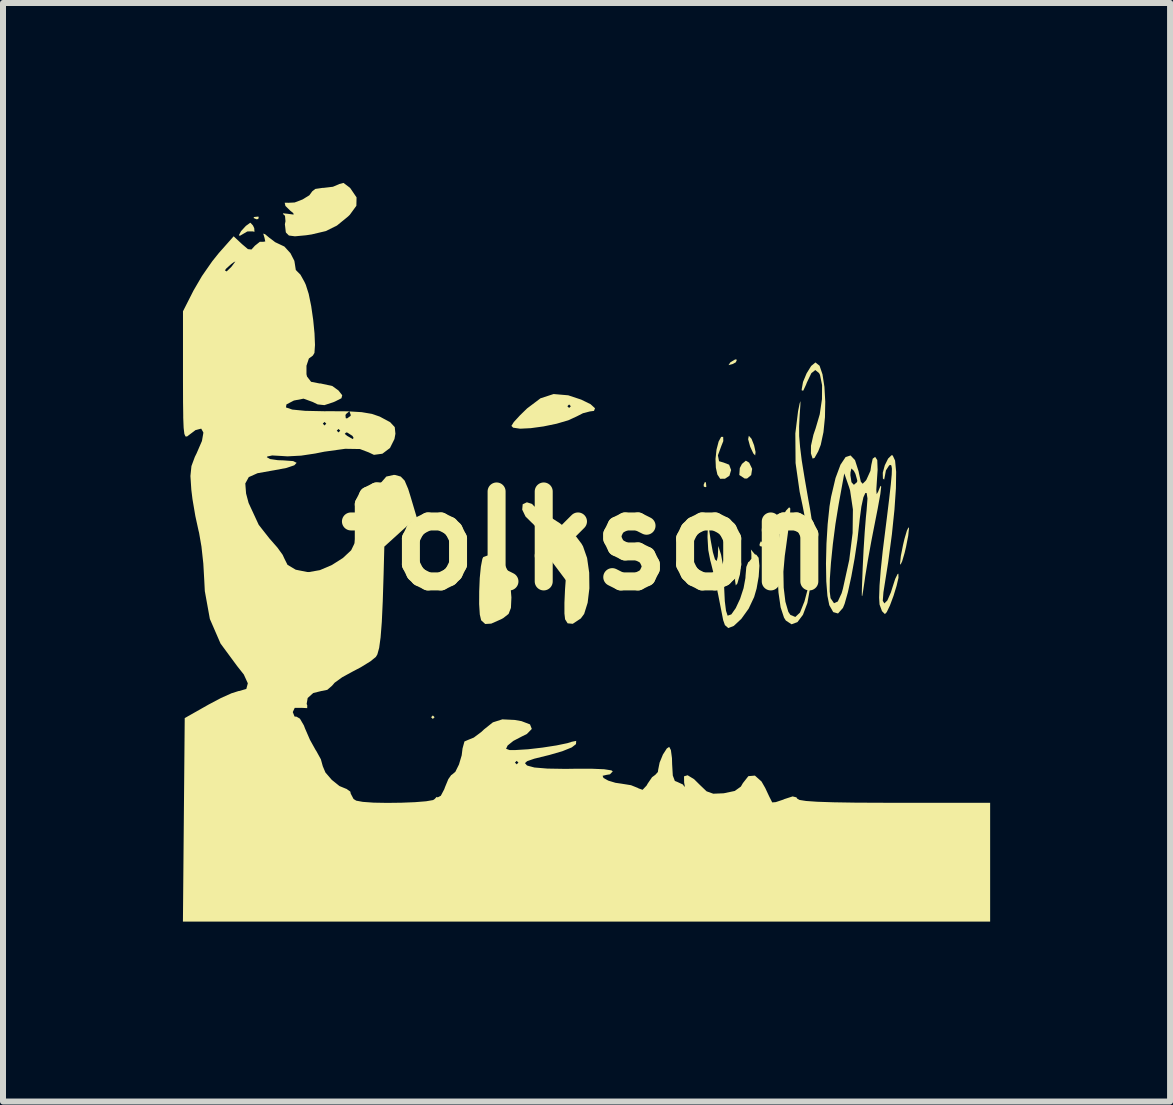
<source format=kicad_pcb>
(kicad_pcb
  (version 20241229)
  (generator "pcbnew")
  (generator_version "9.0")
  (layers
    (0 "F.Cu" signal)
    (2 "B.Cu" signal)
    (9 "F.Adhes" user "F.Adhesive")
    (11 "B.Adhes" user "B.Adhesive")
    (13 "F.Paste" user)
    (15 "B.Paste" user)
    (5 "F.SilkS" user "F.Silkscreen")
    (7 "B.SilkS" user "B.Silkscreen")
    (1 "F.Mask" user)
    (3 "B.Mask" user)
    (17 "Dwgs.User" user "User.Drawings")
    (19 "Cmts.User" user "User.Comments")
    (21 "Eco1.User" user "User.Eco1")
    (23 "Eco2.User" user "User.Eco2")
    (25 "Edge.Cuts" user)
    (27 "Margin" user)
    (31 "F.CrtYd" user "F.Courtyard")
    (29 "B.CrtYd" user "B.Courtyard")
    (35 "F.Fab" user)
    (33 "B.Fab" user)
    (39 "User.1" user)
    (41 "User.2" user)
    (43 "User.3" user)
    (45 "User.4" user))
  (footprint "folkson"
    (layer "F.Cu")
    (at 6.73 5.966)
    (property "Reference" "folkson" (at 0 0 0) (layer "F.SilkS") (effects (font (size 1.5 1.5) (thickness 0.3))))
    (attr board_only exclude_from_pos_files exclude_from_bom)
    (fp_poly (pts (xy -2.534 2.942) (xy -2.563 2.971) (xy -2.592 2.942) (xy -2.563 2.913)) (stroke (width 0) (type solid)) (fill yes) (layer "F.SilkS"))
    (fp_poly (pts (xy -5.466 -5.398) (xy -5.474 -5.364) (xy -5.505 -5.36) (xy -5.553 -5.381) (xy -5.544 -5.398) (xy -5.475 -5.405)) (stroke (width 0) (type solid)) (fill yes) (layer "F.SilkS"))
    (fp_poly (pts (xy 1.99 -0.971) (xy 1.997 -0.902) (xy 1.99 -0.893) (xy 1.956 -0.901) (xy 1.952 -0.932) (xy 1.973 -0.98)) (stroke (width 0) (type solid)) (fill yes) (layer "F.SilkS"))
    (fp_poly (pts (xy 2.923 0.019) (xy 2.93 0.089) (xy 2.923 0.097) (xy 2.888 0.089) (xy 2.884 0.058) (xy 2.905 0.01)) (stroke (width 0) (type solid)) (fill yes) (layer "F.SilkS"))
    (fp_poly (pts (xy 2.507 -3.018) (xy 2.489 -2.975) (xy 2.435 -2.946) (xy 2.367 -2.928) (xy 2.395 -2.971) (xy 2.402 -2.978) (xy 2.479 -3.024)) (stroke (width 0) (type solid)) (fill yes) (layer "F.SilkS"))
    (fp_poly (pts (xy 2.572 0.45) (xy 2.557 0.563) (xy 2.515 0.712) (xy 2.488 0.745) (xy 2.476 0.664) (xy 2.476 0.625) (xy 2.497 0.497) (xy 2.537 0.435)) (stroke (width 0) (type solid)) (fill yes) (layer "F.SilkS"))
    (fp_poly (pts (xy 2.711 -1.302) (xy 2.761 -1.199) (xy 2.745 -1.095) (xy 2.676 -1.037) (xy 2.636 -1.037) (xy 2.547 -1.096) (xy 2.555 -1.212) (xy 2.591 -1.281) (xy 2.656 -1.335)) (stroke (width 0) (type solid)) (fill yes) (layer "F.SilkS"))
    (fp_poly (pts (xy 2.751 -1.699) (xy 2.793 -1.592) (xy 2.818 -1.48) (xy 2.811 -1.423) (xy 2.78 -1.456) (xy 2.73 -1.564) (xy 2.726 -1.575) (xy 2.694 -1.693) (xy 2.705 -1.747) (xy 2.708 -1.748)) (stroke (width 0) (type solid)) (fill yes) (layer "F.SilkS"))
    (fp_poly (pts (xy -5.562 -5.256) (xy -5.541 -5.211) (xy -5.537 -5.151) (xy -5.567 -5.158) (xy -5.656 -5.157) (xy -5.712 -5.124) (xy -5.781 -5.084) (xy -5.797 -5.095) (xy -5.76 -5.163) (xy -5.681 -5.249) (xy -5.611 -5.3) (xy -5.603 -5.301)) (stroke (width 0) (type solid)) (fill yes) (layer "F.SilkS"))
    (fp_poly (pts (xy 5.376 -0.204) (xy 5.363 -0.081) (xy 5.327 0.102) (xy 5.303 0.204) (xy 5.262 0.343) (xy 5.234 0.401) (xy 5.227 0.379) (xy 5.24 0.255) (xy 5.276 0.073) (xy 5.3 -0.029) (xy 5.341 -0.169) (xy 5.369 -0.226)) (stroke (width 0) (type solid)) (fill yes) (layer "F.SilkS"))
    (fp_poly (pts (xy 2.278 -1.732) (xy 2.28 -1.662) (xy 2.248 -1.582) (xy 2.19 -1.424) (xy 2.209 -1.326) (xy 2.287 -1.303) (xy 2.377 -1.268) (xy 2.41 -1.179) (xy 2.382 -1.083) (xy 2.308 -1.034) (xy 2.228 -1.033) (xy 2.181 -1.104) (xy 2.156 -1.218) (xy 2.15 -1.363) (xy 2.167 -1.52) (xy 2.202 -1.654) (xy 2.244 -1.732)) (stroke (width 0) (type solid)) (fill yes) (layer "F.SilkS"))
    (fp_poly (pts (xy -1.513 0.293) (xy -1.406 0.421) (xy -1.318 0.6) (xy -1.264 0.808) (xy -1.253 0.945) (xy -1.261 1.12) (xy -1.3 1.22) (xy -1.389 1.29) (xy -1.424 1.309) (xy -1.589 1.382) (xy -1.69 1.388) (xy -1.756 1.328) (xy -1.758 1.325) (xy -1.78 1.23) (xy -1.791 1.057) (xy -1.79 0.843) (xy -1.781 0.622) (xy -1.762 0.43) (xy -1.737 0.301) (xy -1.722 0.272) (xy -1.623 0.236)) (stroke (width 0) (type solid)) (fill yes) (layer "F.SilkS"))
    (fp_poly (pts (xy -0.306 -2.425) (xy -0.089 -2.353) (xy 0.066 -2.277) (xy 0.141 -2.209) (xy 0.124 -2.165) (xy 0.056 -2.156) (xy -0.06 -2.126) (xy -0.162 -2.074) (xy -0.305 -2.008) (xy -0.5 -1.951) (xy -0.718 -1.906) (xy -0.93 -1.877) (xy -1.108 -1.868) (xy -1.224 -1.885) (xy -1.253 -1.915) (xy -1.213 -1.979) (xy -1.109 -2.092) (xy -0.992 -2.206) (xy -0.943 -2.243) (xy -0.32 -2.243) (xy -0.291 -2.214) (xy -0.262 -2.243) (xy -0.291 -2.272) (xy -0.32 -2.243) (xy -0.943 -2.243) (xy -0.768 -2.375) (xy -0.55 -2.446)) (stroke (width 0) (type solid)) (fill yes) (layer "F.SilkS"))
    (fp_poly (pts (xy 3.565 -2.264) (xy 3.553 -2.09) (xy 3.552 -2.068) (xy 3.544 -1.907) (xy 3.545 -1.745) (xy 3.56 -1.563) (xy 3.588 -1.338) (xy 3.635 -1.048) (xy 3.7 -0.672) (xy 3.725 -0.537) (xy 3.767 -0.271) (xy 3.795 -0.023) (xy 3.806 0.168) (xy 3.805 0.22) (xy 3.793 0.311) (xy 3.777 0.315) (xy 3.753 0.224) (xy 3.717 0.027) (xy 3.712 0) (xy 3.66 -0.285) (xy 3.601 -0.589) (xy 3.553 -0.816) (xy 3.485 -1.295) (xy 3.481 -1.789) (xy 3.526 -2.156) (xy 3.553 -2.29) (xy 3.566 -2.328)) (stroke (width 0) (type solid)) (fill yes) (layer "F.SilkS"))
    (fp_poly (pts (xy 3.397 -0.538) (xy 3.392 -0.427) (xy 3.384 -0.35) (xy 3.358 -0.136) (xy 3.324 0.118) (xy 3.305 0.252) (xy 3.282 0.517) (xy 3.287 0.783) (xy 3.315 1.016) (xy 3.364 1.185) (xy 3.398 1.236) (xy 3.481 1.271) (xy 3.559 1.197) (xy 3.633 1.012) (xy 3.681 0.832) (xy 3.758 0.495) (xy 3.729 0.778) (xy 3.682 1.038) (xy 3.608 1.235) (xy 3.516 1.357) (xy 3.418 1.393) (xy 3.323 1.331) (xy 3.292 1.282) (xy 3.236 1.111) (xy 3.2 0.864) (xy 3.184 0.571) (xy 3.186 0.262) (xy 3.207 -0.034) (xy 3.246 -0.285) (xy 3.301 -0.462) (xy 3.327 -0.504) (xy 3.378 -0.558)) (stroke (width 0) (type solid)) (fill yes) (layer "F.SilkS"))
    (fp_poly (pts (xy 3.885 -2.918) (xy 3.934 -2.774) (xy 3.966 -2.566) (xy 3.98 -2.32) (xy 3.975 -2.059) (xy 3.95 -1.811) (xy 3.905 -1.6) (xy 3.862 -1.489) (xy 3.801 -1.381) (xy 3.769 -1.37) (xy 3.743 -1.449) (xy 3.741 -1.456) (xy 3.742 -1.585) (xy 3.783 -1.768) (xy 3.819 -1.873) (xy 3.888 -2.108) (xy 3.925 -2.361) (xy 3.927 -2.593) (xy 3.892 -2.765) (xy 3.876 -2.795) (xy 3.814 -2.846) (xy 3.748 -2.794) (xy 3.672 -2.635) (xy 3.66 -2.603) (xy 3.614 -2.504) (xy 3.589 -2.505) (xy 3.587 -2.523) (xy 3.609 -2.647) (xy 3.669 -2.791) (xy 3.745 -2.914) (xy 3.814 -2.971) (xy 3.819 -2.971)) (stroke (width 0) (type solid)) (fill yes) (layer "F.SilkS"))
    (fp_poly (pts (xy -3.949 -5.888) (xy -3.939 -5.878) (xy -3.835 -5.725) (xy -3.838 -5.585) (xy -3.948 -5.434) (xy -3.976 -5.407) (xy -4.162 -5.255) (xy -4.348 -5.163) (xy -4.585 -5.107) (xy -4.679 -5.093) (xy -4.862 -5.076) (xy -4.963 -5.089) (xy -5.011 -5.137) (xy -5.015 -5.148) (xy -5.03 -5.278) (xy -5.02 -5.327) (xy -5.028 -5.418) (xy -5.057 -5.444) (xy -5.062 -5.46) (xy -4.981 -5.451) (xy -4.884 -5.438) (xy -4.89 -5.463) (xy -4.937 -5.5) (xy -5.021 -5.582) (xy -5.033 -5.636) (xy -4.967 -5.635) (xy -4.966 -5.635) (xy -4.867 -5.64) (xy -4.736 -5.69) (xy -4.622 -5.76) (xy -4.573 -5.827) (xy -4.522 -5.866) (xy -4.398 -5.884) (xy -4.381 -5.884) (xy -4.229 -5.902) (xy -4.127 -5.945) (xy -4.126 -5.947) (xy -4.052 -5.966)) (stroke (width 0) (type solid)) (fill yes) (layer "F.SilkS"))
    (fp_poly (pts (xy -0.908 -0.613) (xy -0.893 -0.595) (xy -0.836 -0.542) (xy -0.708 -0.456) (xy -0.597 -0.389) (xy -0.444 -0.291) (xy -0.344 -0.208) (xy -0.32 -0.172) (xy -0.274 -0.121) (xy -0.246 -0.117) (xy -0.174 -0.07) (xy -0.085 0.048) (xy -0.059 0.093) (xy 0.009 0.288) (xy 0.044 0.533) (xy 0.047 0.794) (xy 0.018 1.034) (xy -0.04 1.22) (xy -0.096 1.296) (xy -0.23 1.385) (xy -0.316 1.377) (xy -0.358 1.31) (xy -0.369 1.213) (xy -0.369 1.035) (xy -0.359 0.812) (xy -0.342 0.579) (xy -0.318 0.371) (xy -0.311 0.32) (xy -0.32 0.236) (xy -0.406 0.195) (xy -0.477 0.186) (xy -0.615 0.151) (xy -0.683 0.06) (xy -0.7 -0.003) (xy -0.773 -0.154) (xy -0.9 -0.289) (xy -0.907 -0.294) (xy -1.018 -0.404) (xy -1.073 -0.519) (xy -1.065 -0.608) (xy -0.995 -0.641)) (stroke (width 0) (type solid)) (fill yes) (layer "F.SilkS"))
    (fp_poly (pts (xy 5.104 -1.423) (xy 5.144 -1.337) (xy 5.162 -1.149) (xy 5.158 -0.873) (xy 5.134 -0.521) (xy 5.091 -0.106) (xy 5.029 0.358) (xy 4.95 0.859) (xy 4.939 1.001) (xy 4.965 1.045) (xy 5.015 0.996) (xy 5.074 0.862) (xy 5.098 0.785) (xy 5.146 0.636) (xy 5.186 0.555) (xy 5.199 0.549) (xy 5.201 0.617) (xy 5.169 0.753) (xy 5.118 0.919) (xy 5.059 1.078) (xy 5.005 1.191) (xy 4.974 1.223) (xy 4.926 1.174) (xy 4.885 1.063) (xy 4.878 0.949) (xy 4.885 0.746) (xy 4.906 0.478) (xy 4.938 0.171) (xy 4.952 0.059) (xy 5.006 -0.373) (xy 5.046 -0.701) (xy 5.073 -0.941) (xy 5.088 -1.104) (xy 5.091 -1.203) (xy 5.083 -1.253) (xy 5.066 -1.265) (xy 5.046 -1.257) (xy 4.991 -1.172) (xy 4.976 -1.089) (xy 4.962 -1.019) (xy 4.941 -1.037) (xy 4.939 -1.134) (xy 4.973 -1.259) (xy 5.028 -1.37) (xy 5.085 -1.426)) (stroke (width 0) (type solid)) (fill yes) (layer "F.SilkS"))
    (fp_poly (pts (xy 2.045 -0.174) (xy 2.069 -0.011) (xy 2.106 0.191) (xy 2.141 0.31) (xy 2.17 0.338) (xy 2.188 0.264) (xy 2.19 0.228) (xy 2.196 0.087) (xy 2.243 0.233) (xy 2.267 0.364) (xy 2.286 0.568) (xy 2.295 0.798) (xy 2.305 1.007) (xy 2.325 1.168) (xy 2.351 1.247) (xy 2.354 1.249) (xy 2.414 1.228) (xy 2.487 1.124) (xy 2.56 0.968) (xy 2.618 0.79) (xy 2.649 0.622) (xy 2.651 0.581) (xy 2.664 0.436) (xy 2.697 0.355) (xy 2.71 0.35) (xy 2.748 0.301) (xy 2.748 0.218) (xy 2.74 0.145) (xy 2.751 0.16) (xy 2.808 0.228) (xy 2.83 0.233) (xy 2.869 0.284) (xy 2.882 0.417) (xy 2.87 0.598) (xy 2.835 0.798) (xy 2.794 0.939) (xy 2.703 1.132) (xy 2.581 1.302) (xy 2.455 1.42) (xy 2.363 1.456) (xy 2.307 1.407) (xy 2.278 1.325) (xy 2.195 0.902) (xy 2.128 0.588) (xy 2.076 0.377) (xy 2.062 0.326) (xy 2.029 0.154) (xy 2.017 -0.051) (xy 2.017 -0.082) (xy 2.022 -0.211) (xy 2.03 -0.244)) (stroke (width 0) (type solid)) (fill yes) (layer "F.SilkS"))
    (fp_poly (pts (xy 4.476 -1.344) (xy 4.536 -1.156) (xy 4.543 -1.12) (xy 4.573 -0.985) (xy 4.603 -0.95) (xy 4.652 -0.998) (xy 4.666 -1.017) (xy 4.733 -1.165) (xy 4.748 -1.264) (xy 4.771 -1.368) (xy 4.812 -1.398) (xy 4.847 -1.345) (xy 4.853 -1.183) (xy 4.843 -1.034) (xy 4.831 -0.849) (xy 4.837 -0.776) (xy 4.861 -0.816) (xy 4.901 -0.916) (xy 4.913 -0.903) (xy 4.898 -0.777) (xy 4.855 -0.539) (xy 4.807 -0.295) (xy 4.748 0.007) (xy 4.691 0.322) (xy 4.646 0.596) (xy 4.635 0.676) (xy 4.61 0.843) (xy 4.596 0.924) (xy 4.589 0.912) (xy 4.591 0.8) (xy 4.599 0.581) (xy 4.604 0.452) (xy 4.619 0.151) (xy 4.638 -0.147) (xy 4.658 -0.397) (xy 4.669 -0.503) (xy 4.684 -0.704) (xy 4.67 -0.795) (xy 4.649 -0.797) (xy 4.616 -0.725) (xy 4.582 -0.568) (xy 4.554 -0.357) (xy 4.549 -0.307) (xy 4.516 -0.014) (xy 4.469 0.298) (xy 4.414 0.599) (xy 4.357 0.86) (xy 4.303 1.051) (xy 4.275 1.12) (xy 4.193 1.213) (xy 4.113 1.19) (xy 4.047 1.074) (xy 4.016 0.919) (xy 4.01 0.844) (xy 4.054 0.844) (xy 4.068 0.957) (xy 4.126 1.042) (xy 4.189 1.013) (xy 4.253 0.875) (xy 4.274 0.801) (xy 4.38 0.319) (xy 4.436 -0.129) (xy 4.441 -0.522) (xy 4.394 -0.838) (xy 4.376 -0.897) (xy 4.308 -1.092) (xy 4.399 -1.092) (xy 4.417 -0.976) (xy 4.457 -0.932) (xy 4.51 -0.978) (xy 4.514 -1.005) (xy 4.483 -1.115) (xy 4.457 -1.165) (xy 4.416 -1.205) (xy 4.401 -1.143) (xy 4.399 -1.092) (xy 4.308 -1.092) (xy 4.297 -1.123) (xy 4.203 -0.605) (xy 4.15 -0.279) (xy 4.107 0.053) (xy 4.075 0.367) (xy 4.056 0.639) (xy 4.054 0.844) (xy 4.01 0.844) (xy 3.997 0.677) (xy 3.992 0.378) (xy 4 0.05) (xy 4.02 -0.277) (xy 4.051 -0.574) (xy 4.077 -0.731) (xy 4.151 -1.045) (xy 4.234 -1.268) (xy 4.319 -1.395) (xy 4.402 -1.422)) (stroke (width 0) (type solid)) (fill yes) (layer "F.SilkS"))
    (fp_poly (pts (xy -5.36 -5.111) (xy -5.292 -5.054) (xy -5.192 -4.978) (xy -5.137 -4.952) (xy -5.038 -4.905) (xy -4.937 -4.794) (xy -4.872 -4.667) (xy -4.864 -4.618) (xy -4.848 -4.515) (xy -4.82 -4.486) (xy -4.771 -4.437) (xy -4.704 -4.317) (xy -4.681 -4.267) (xy -4.633 -4.116) (xy -4.591 -3.912) (xy -4.558 -3.683) (xy -4.536 -3.458) (xy -4.528 -3.265) (xy -4.537 -3.132) (xy -4.563 -3.088) (xy -4.63 -3.038) (xy -4.67 -2.918) (xy -4.67 -2.777) (xy -4.661 -2.738) (xy -4.593 -2.65) (xy -4.45 -2.622) (xy -4.433 -2.622) (xy -4.24 -2.58) (xy -4.137 -2.506) (xy -4.074 -2.426) (xy -4.087 -2.376) (xy -4.191 -2.323) (xy -4.224 -2.309) (xy -4.371 -2.261) (xy -4.483 -2.273) (xy -4.567 -2.314) (xy -4.719 -2.369) (xy -4.878 -2.338) (xy -4.883 -2.336) (xy -5.004 -2.273) (xy -5.012 -2.223) (xy -4.907 -2.187) (xy -4.692 -2.166) (xy -4.367 -2.159) (xy -4.312 -2.16) (xy -3.986 -2.158) (xy -3.75 -2.144) (xy -3.579 -2.115) (xy -3.446 -2.069) (xy -3.441 -2.066) (xy -3.275 -1.977) (xy -3.198 -1.894) (xy -3.187 -1.784) (xy -3.203 -1.696) (xy -3.278 -1.546) (xy -3.404 -1.451) (xy -3.545 -1.432) (xy -3.634 -1.474) (xy -3.779 -1.529) (xy -4.024 -1.533) (xy -4.371 -1.485) (xy -4.526 -1.454) (xy -4.759 -1.419) (xy -4.987 -1.407) (xy -5.097 -1.414) (xy -5.242 -1.422) (xy -5.324 -1.404) (xy -5.331 -1.393) (xy -5.278 -1.362) (xy -5.146 -1.343) (xy -5.057 -1.34) (xy -4.892 -1.328) (xy -4.834 -1.299) (xy -4.873 -1.258) (xy -5.003 -1.214) (xy -5.215 -1.174) (xy -5.239 -1.17) (xy -5.486 -1.126) (xy -5.632 -1.061) (xy -5.69 -0.955) (xy -5.677 -0.788) (xy -5.635 -0.63) (xy -5.466 -0.265) (xy -5.287 -0.037) (xy -5.156 0.112) (xy -5.067 0.235) (xy -5.039 0.296) (xy -4.986 0.402) (xy -4.849 0.483) (xy -4.66 0.521) (xy -4.627 0.522) (xy -4.446 0.49) (xy -4.247 0.405) (xy -4.063 0.288) (xy -3.925 0.159) (xy -3.867 0.039) (xy -3.867 0.038) (xy -3.846 -0.187) (xy -3.807 -0.348) (xy -3.734 -0.495) (xy -3.687 -0.568) (xy -3.571 -0.747) (xy -3.463 -0.917) (xy -3.443 -0.95) (xy -3.339 -1.07) (xy -3.213 -1.098) (xy -3.189 -1.096) (xy -3.098 -1.07) (xy -3.033 -1.002) (xy -2.974 -0.863) (xy -2.934 -0.734) (xy -2.832 -0.391) (xy -3.102 -0.147) (xy -3.372 0.098) (xy -3.384 0.559) (xy -3.398 1.009) (xy -3.414 1.355) (xy -3.434 1.61) (xy -3.458 1.786) (xy -3.488 1.895) (xy -3.513 1.937) (xy -3.604 2.011) (xy -3.763 2.109) (xy -3.9 2.181) (xy -4.074 2.276) (xy -4.2 2.367) (xy -4.245 2.419) (xy -4.323 2.486) (xy -4.419 2.505) (xy -4.557 2.539) (xy -4.65 2.622) (xy -4.667 2.721) (xy -4.657 2.744) (xy -4.658 2.791) (xy -4.756 2.786) (xy -4.866 2.787) (xy -4.898 2.856) (xy -4.898 2.858) (xy -4.869 2.931) (xy -4.835 2.934) (xy -4.779 2.967) (xy -4.713 3.08) (xy -4.694 3.13) (xy -4.612 3.319) (xy -4.517 3.49) (xy -4.507 3.504) (xy -4.43 3.644) (xy -4.398 3.76) (xy -4.354 3.864) (xy -4.248 3.987) (xy -4.12 4.09) (xy -4.009 4.136) (xy -4.005 4.136) (xy -3.939 4.183) (xy -3.932 4.217) (xy -3.885 4.306) (xy -3.84 4.334) (xy -3.731 4.354) (xy -3.55 4.367) (xy -3.325 4.371) (xy -3.086 4.368) (xy -2.86 4.359) (xy -2.675 4.344) (xy -2.559 4.324) (xy -2.534 4.308) (xy -2.499 4.271) (xy -2.481 4.279) (xy -2.43 4.252) (xy -2.373 4.144) (xy -2.36 4.108) (xy -2.305 3.975) (xy -2.256 3.906) (xy -2.248 3.903) (xy -2.188 3.853) (xy -2.127 3.73) (xy -2.118 3.699) (xy -1.194 3.699) (xy -1.165 3.728) (xy -1.136 3.699) (xy -1.165 3.67) (xy -1.194 3.699) (xy -2.118 3.699) (xy -2.082 3.578) (xy -2.068 3.464) (xy -2.036 3.347) (xy -1.976 3.321) (xy -1.88 3.282) (xy -1.751 3.185) (xy -1.71 3.146) (xy -1.562 3.028) (xy -1.404 2.978) (xy -1.197 2.988) (xy -1.085 3.008) (xy -0.943 3.062) (xy -0.913 3.138) (xy -0.995 3.222) (xy -1.076 3.262) (xy -1.22 3.337) (xy -1.316 3.414) (xy -1.342 3.469) (xy -1.284 3.49) (xy -1.187 3.49) (xy -0.976 3.477) (xy -0.735 3.449) (xy -0.502 3.413) (xy -0.319 3.375) (xy -0.247 3.352) (xy -0.173 3.337) (xy -0.176 3.391) (xy -0.247 3.446) (xy -0.405 3.51) (xy -0.623 3.573) (xy -0.652 3.58) (xy -0.871 3.634) (xy -0.99 3.675) (xy -1.027 3.708) (xy -0.996 3.744) (xy -0.985 3.75) (xy -0.869 3.781) (xy -0.653 3.799) (xy -0.353 3.804) (xy -0.218 3.802) (xy 0.078 3.801) (xy 0.294 3.81) (xy 0.415 3.829) (xy 0.437 3.846) (xy 0.389 3.895) (xy 0.338 3.903) (xy 0.267 3.919) (xy 0.283 3.956) (xy 0.363 4) (xy 0.482 4.036) (xy 0.579 4.05) (xy 0.741 4.076) (xy 0.858 4.123) (xy 0.864 4.128) (xy 0.934 4.153) (xy 1.001 4.082) (xy 1.02 4.048) (xy 1.092 3.943) (xy 1.146 3.903) (xy 1.189 3.856) (xy 1.194 3.819) (xy 1.218 3.699) (xy 1.273 3.565) (xy 1.338 3.464) (xy 1.378 3.437) (xy 1.406 3.49) (xy 1.424 3.624) (xy 1.427 3.728) (xy 1.438 3.915) (xy 1.472 4.005) (xy 1.51 4.02) (xy 1.606 4.064) (xy 1.626 4.093) (xy 1.64 4.103) (xy 1.627 4.034) (xy 1.625 3.928) (xy 1.685 3.91) (xy 1.793 3.976) (xy 1.889 4.071) (xy 2.001 4.178) (xy 2.113 4.218) (xy 2.281 4.211) (xy 2.291 4.21) (xy 2.471 4.172) (xy 2.573 4.099) (xy 2.606 4.042) (xy 2.698 3.925) (xy 2.807 3.916) (xy 2.917 4.014) (xy 2.979 4.122) (xy 3.045 4.263) (xy 3.09 4.352) (xy 3.096 4.363) (xy 3.155 4.358) (xy 3.278 4.317) (xy 3.3 4.307) (xy 3.436 4.263) (xy 3.5 4.279) (xy 3.511 4.299) (xy 3.551 4.322) (xy 3.659 4.339) (xy 3.845 4.352) (xy 4.118 4.361) (xy 4.486 4.367) (xy 4.959 4.369) (xy 5.131 4.369) (xy 6.729 4.369) (xy 6.729 5.36) (xy 6.729 6.35) (xy -0.001 6.35) (xy -6.73 6.35) (xy -6.715 4.653) (xy -6.7 2.957) (xy -6.301 2.731) (xy -6.097 2.623) (xy -5.919 2.543) (xy -5.802 2.506) (xy -5.79 2.505) (xy -5.673 2.471) (xy -5.648 2.377) (xy -5.715 2.23) (xy -5.825 2.091) (xy -6.103 1.714) (xy -6.281 1.304) (xy -6.365 0.84) (xy -6.374 0.663) (xy -6.39 0.381) (xy -6.421 0.097) (xy -6.461 -0.134) (xy -6.469 -0.165) (xy -6.523 -0.412) (xy -6.571 -0.695) (xy -6.59 -0.851) (xy -6.605 -1.079) (xy -6.588 -1.245) (xy -6.531 -1.399) (xy -6.503 -1.455) (xy -6.413 -1.663) (xy -6.392 -1.782) (xy -4.032 -1.782) (xy -3.991 -1.748) (xy -3.898 -1.695) (xy -3.885 -1.715) (xy -3.903 -1.748) (xy -3.988 -1.803) (xy -4.009 -1.805) (xy -4.032 -1.782) (xy -6.392 -1.782) (xy -6.389 -1.804) (xy -6.406 -1.835) (xy -4.165 -1.835) (xy -4.136 -1.806) (xy -4.107 -1.835) (xy -4.136 -1.864) (xy -4.165 -1.835) (xy -6.406 -1.835) (xy -6.425 -1.869) (xy -6.518 -1.846) (xy -6.622 -1.768) (xy -6.66 -1.739) (xy -6.687 -1.739) (xy -6.706 -1.781) (xy -6.718 -1.881) (xy -6.721 -1.952) (xy -4.398 -1.952) (xy -4.369 -1.922) (xy -4.34 -1.952) (xy -4.369 -1.981) (xy -4.398 -1.952) (xy -6.721 -1.952) (xy -6.725 -2.052) (xy -6.725 -2.097) (xy -4.02 -2.097) (xy -4.015 -2.044) (xy -3.994 -2.039) (xy -3.935 -2.081) (xy -3.932 -2.097) (xy -3.952 -2.154) (xy -3.958 -2.156) (xy -4.008 -2.115) (xy -4.02 -2.097) (xy -6.725 -2.097) (xy -6.728 -2.309) (xy -6.729 -2.665) (xy -6.729 -2.749) (xy -6.729 -3.826) (xy -6.554 -4.171) (xy -6.414 -4.411) (xy -6.347 -4.508) (xy -6.03 -4.508) (xy -6.001 -4.49) (xy -5.924 -4.565) (xy -5.906 -4.588) (xy -5.855 -4.657) (xy -5.885 -4.642) (xy -5.928 -4.61) (xy -6.008 -4.538) (xy -6.03 -4.508) (xy -6.347 -4.508) (xy -6.241 -4.66) (xy -6.132 -4.796) (xy -5.884 -5.076) (xy -5.745 -4.946) (xy -5.646 -4.862) (xy -5.587 -4.856) (xy -5.53 -4.919) (xy -5.447 -4.985) (xy -5.393 -4.984) (xy -5.357 -4.99) (xy -5.37 -5.051) (xy -5.391 -5.121)) (stroke (width 0) (type solid)) (fill yes) (layer "F.SilkS")))
  (gr_rect
    (start -3 -3)
    (end 16.459 15.316)
    (stroke (width 0.1) (type default))
    (fill no)
    (layer "Edge.Cuts")))
</source>
